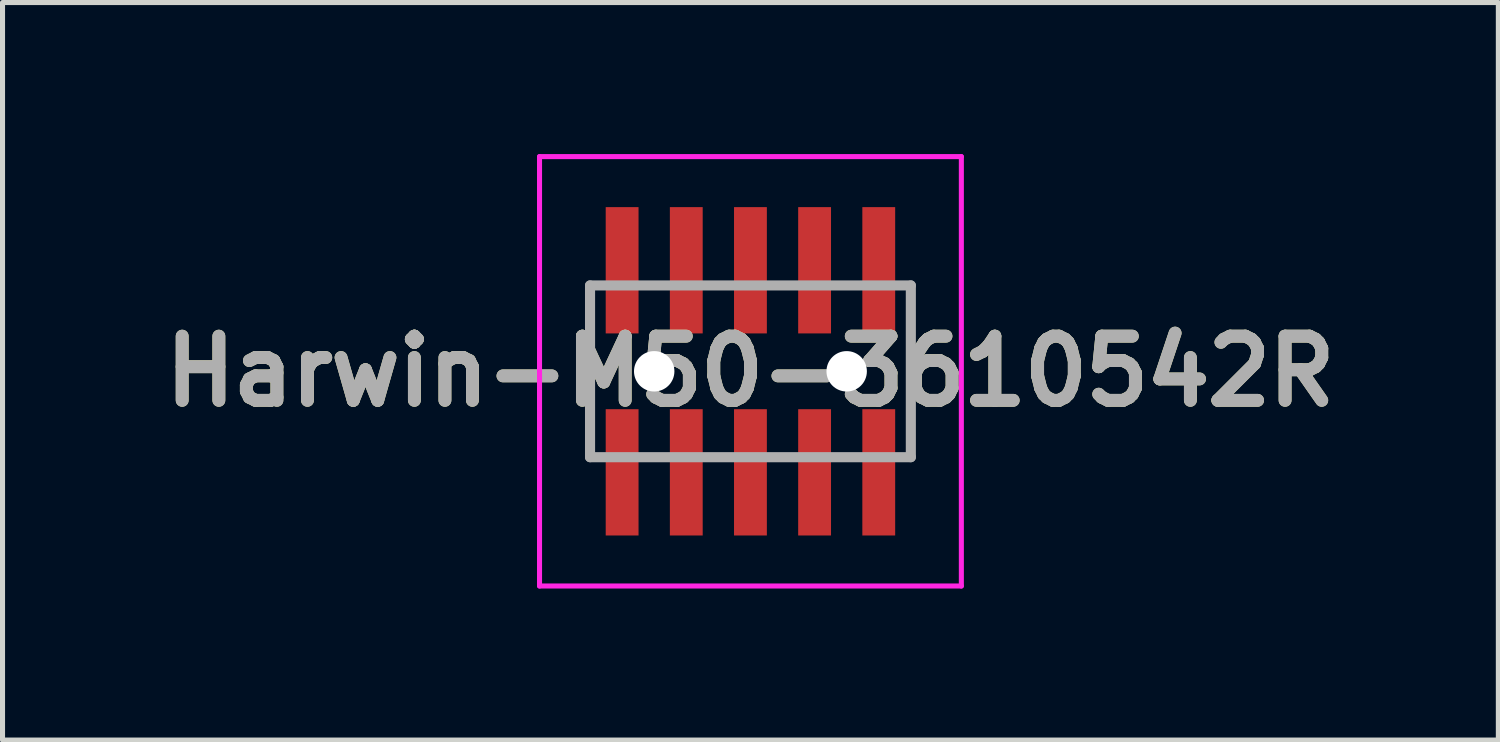
<source format=kicad_pcb>
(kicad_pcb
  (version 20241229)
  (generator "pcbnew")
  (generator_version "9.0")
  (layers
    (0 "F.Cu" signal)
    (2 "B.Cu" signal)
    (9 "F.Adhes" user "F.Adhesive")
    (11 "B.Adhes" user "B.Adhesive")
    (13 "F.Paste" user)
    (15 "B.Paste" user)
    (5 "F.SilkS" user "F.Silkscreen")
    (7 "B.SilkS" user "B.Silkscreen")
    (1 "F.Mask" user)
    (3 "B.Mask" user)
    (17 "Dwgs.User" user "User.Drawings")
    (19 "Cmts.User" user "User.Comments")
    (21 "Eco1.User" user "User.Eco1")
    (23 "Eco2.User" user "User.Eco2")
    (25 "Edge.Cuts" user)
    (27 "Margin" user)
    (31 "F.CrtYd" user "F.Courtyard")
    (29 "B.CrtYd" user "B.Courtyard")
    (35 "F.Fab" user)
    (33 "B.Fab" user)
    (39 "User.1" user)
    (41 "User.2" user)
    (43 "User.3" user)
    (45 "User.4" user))
  (footprint "Harwin-M50-3610542R"
    (layer "F.Cu")
    (at 11.805 4.3)
    (property "Reference" "Harwin-M50-3610542R" (at 0 0 0) (layer "F.SilkS") (effects (font (size 1.27 1.27) (thickness 0.254))))
    (attr through_hole)
    (fp_line (start -3.175 -1.7) (end -3.175 1.7) (stroke (width 0.1) (type solid)) (layer "F.SilkS"))
    (fp_line (start 3.175 -1.7) (end 3.175 1.7) (stroke (width 0.1) (type solid)) (layer "F.SilkS"))
    (fp_line (start -4.175 -4.25) (end 4.175 -4.25) (stroke (width 0.1) (type solid)) (layer "F.CrtYd"))
    (fp_line (start -4.175 4.25) (end -4.175 -4.25) (stroke (width 0.1) (type solid)) (layer "F.CrtYd"))
    (fp_line (start 4.175 -4.25) (end 4.175 4.25) (stroke (width 0.1) (type solid)) (layer "F.CrtYd"))
    (fp_line (start 4.175 4.25) (end -4.175 4.25) (stroke (width 0.1) (type solid)) (layer "F.CrtYd"))
    (fp_line (start -3.175 -1.7) (end 3.175 -1.7) (stroke (width 0.2) (type solid)) (layer "F.Fab"))
    (fp_line (start -3.175 1.7) (end -3.175 -1.7) (stroke (width 0.2) (type solid)) (layer "F.Fab"))
    (fp_line (start 3.175 -1.7) (end 3.175 1.7) (stroke (width 0.2) (type solid)) (layer "F.Fab"))
    (fp_line (start 3.175 1.7) (end -3.175 1.7) (stroke (width 0.2) (type solid)) (layer "F.Fab"))
    (fp_text user "${REFERENCE}" (at 0 0 0) (layer "F.Fab") (effects (font (size 1.27 1.27) (thickness 0.254))))
    (pad "" np_thru_hole circle (at -1.905 0) (size 0.8 0.8) (drill 0.8) (layers "*.Cu" "*.Mask"))
    (pad "" np_thru_hole circle (at 1.905 0) (size 0.8 0.8) (drill 0.8) (layers "*.Cu" "*.Mask"))
    (pad "1" smd rect (at -2.54 2) (size 0.65 2.5) (layers "F.Cu" "F.Mask" "F.Paste"))
    (pad "2" smd rect (at -2.54 -2) (size 0.65 2.5) (layers "F.Cu" "F.Mask" "F.Paste"))
    (pad "3" smd rect (at -1.27 2) (size 0.65 2.5) (layers "F.Cu" "F.Mask" "F.Paste"))
    (pad "4" smd rect (at -1.27 -2) (size 0.65 2.5) (layers "F.Cu" "F.Mask" "F.Paste"))
    (pad "5" smd rect (at 0 2) (size 0.65 2.5) (layers "F.Cu" "F.Mask" "F.Paste"))
    (pad "6" smd rect (at 0 -2) (size 0.65 2.5) (layers "F.Cu" "F.Mask" "F.Paste"))
    (pad "7" smd rect (at 1.27 2) (size 0.65 2.5) (layers "F.Cu" "F.Mask" "F.Paste"))
    (pad "8" smd rect (at 1.27 -2) (size 0.65 2.5) (layers "F.Cu" "F.Mask" "F.Paste"))
    (pad "9" smd rect (at 2.54 2) (size 0.65 2.5) (layers "F.Cu" "F.Mask" "F.Paste"))
    (pad "10" smd rect (at 2.54 -2) (size 0.65 2.5) (layers "F.Cu" "F.Mask" "F.Paste")))
  (gr_rect
    (start -3 -3)
    (end 26.61 11.6)
    (stroke (width 0.1) (type default))
    (fill no)
    (layer "Edge.Cuts")))
</source>
